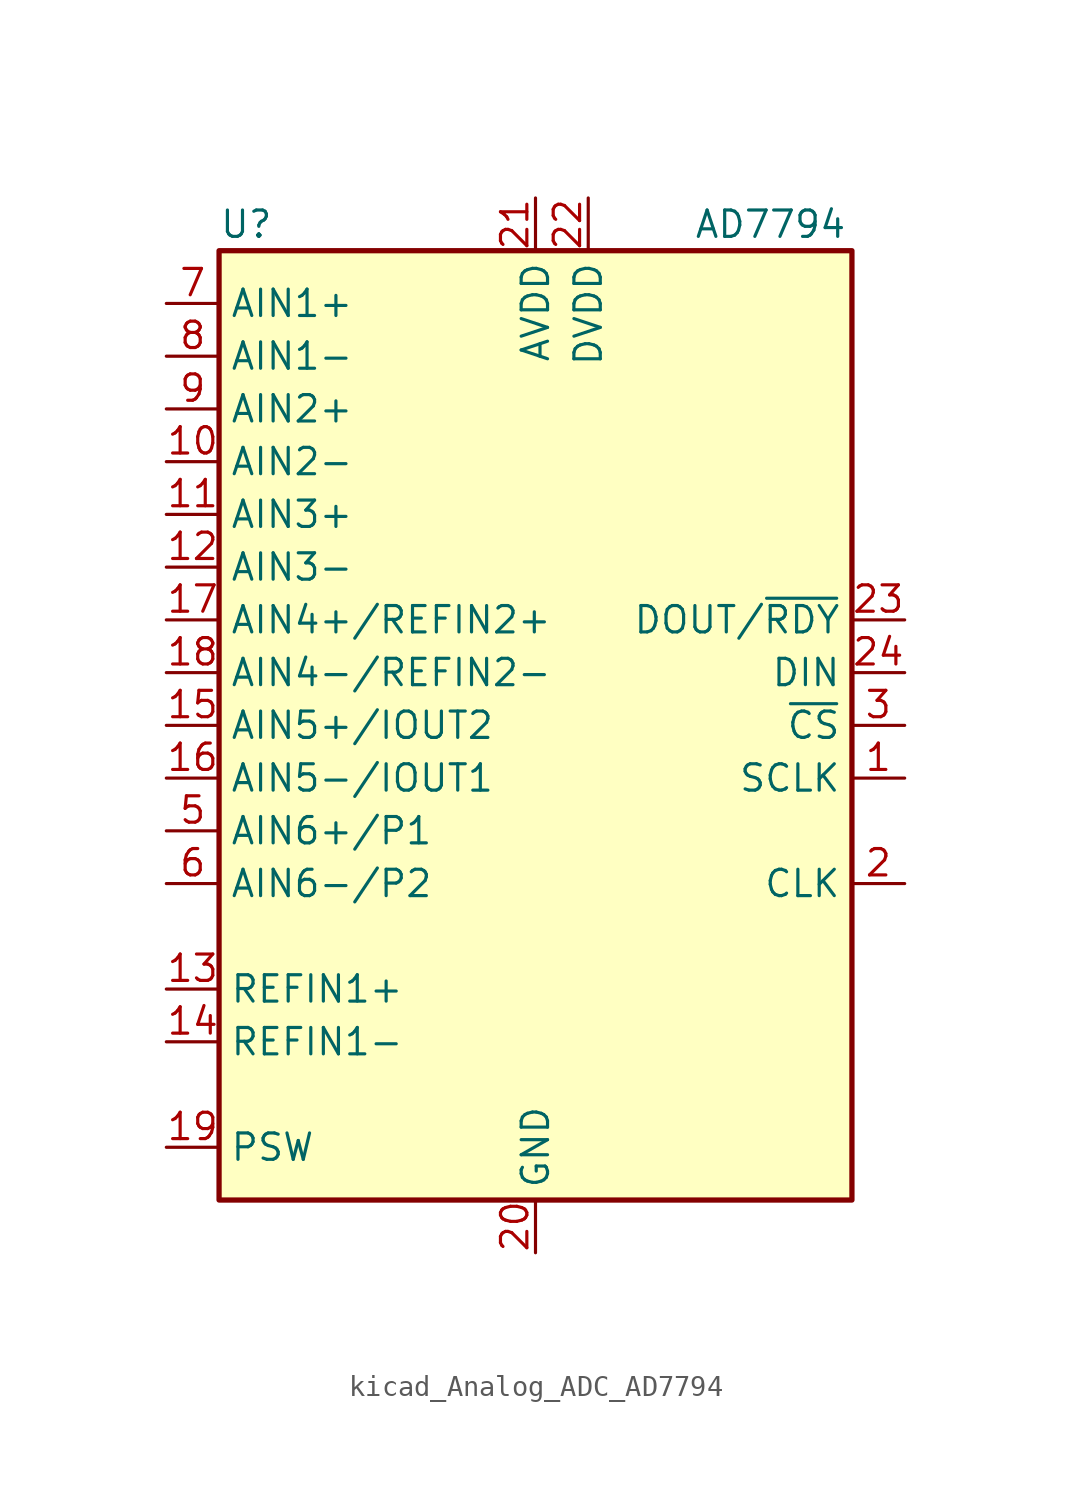
<source format=kicad_sym>
(kicad_symbol_lib
  (version 20220914)
  (generator kicad_symbol_editor)
  (symbol "kicad_Analog_ADC_AD7794"
    (property "Reference" "U"
      (at -15.24 24.13 0)
      (effects (font (size 1.27 1.27)) (justify left)))
    (property "Value" "AD7794"
      (at 7.62 24.13 0)
      (effects (font (size 1.27 1.27)) (justify left)))
    (symbol "kicad_Analog_ADC_AD7794_0_1"
      (rectangle (start -15.24 22.86) (end 15.24 -22.86) (stroke (width 0.254) (type default)) (fill (type background))))
    (symbol "kicad_Analog_ADC_AD7794_1_1"
      (pin input line (at 17.78 -2.54 180) (length 2.54) (name "SCLK" (effects (font (size 1.27 1.27)))) (number "1" (effects (font (size 1.27 1.27)))))
      (pin input line (at -17.78 12.7 0) (length 2.54) (name "AIN2-" (effects (font (size 1.27 1.27)))) (number "10" (effects (font (size 1.27 1.27)))))
      (pin input line (at -17.78 10.16 0) (length 2.54) (name "AIN3+" (effects (font (size 1.27 1.27)))) (number "11" (effects (font (size 1.27 1.27)))))
      (pin input line (at -17.78 7.62 0) (length 2.54) (name "AIN3-" (effects (font (size 1.27 1.27)))) (number "12" (effects (font (size 1.27 1.27)))))
      (pin input line (at -17.78 -12.7 0) (length 2.54) (name "REFIN1+" (effects (font (size 1.27 1.27)))) (number "13" (effects (font (size 1.27 1.27)))))
      (pin input line (at -17.78 -15.24 0) (length 2.54) (name "REFIN1-" (effects (font (size 1.27 1.27)))) (number "14" (effects (font (size 1.27 1.27)))))
      (pin input line (at -17.78 0 0) (length 2.54) (name "AIN5+/IOUT2" (effects (font (size 1.27 1.27)))) (number "15" (effects (font (size 1.27 1.27)))))
      (pin input line (at -17.78 -2.54 0) (length 2.54) (name "AIN5-/IOUT1" (effects (font (size 1.27 1.27)))) (number "16" (effects (font (size 1.27 1.27)))))
      (pin input line (at -17.78 5.08 0) (length 2.54) (name "AIN4+/REFIN2+" (effects (font (size 1.27 1.27)))) (number "17" (effects (font (size 1.27 1.27)))))
      (pin input line (at -17.78 2.54 0) (length 2.54) (name "AIN4-/REFIN2-" (effects (font (size 1.27 1.27)))) (number "18" (effects (font (size 1.27 1.27)))))
      (pin passive line (at -17.78 -20.32 0) (length 2.54) (name "PSW" (effects (font (size 1.27 1.27)))) (number "19" (effects (font (size 1.27 1.27)))))
      (pin bidirectional line (at 17.78 -7.62 180) (length 2.54) (name "CLK" (effects (font (size 1.27 1.27)))) (number "2" (effects (font (size 1.27 1.27)))))
      (pin power_in line (at 0 -25.4 90) (length 2.54) (name "GND" (effects (font (size 1.27 1.27)))) (number "20" (effects (font (size 1.27 1.27)))))
      (pin power_in line (at 0 25.4 270) (length 2.54) (name "AVDD" (effects (font (size 1.27 1.27)))) (number "21" (effects (font (size 1.27 1.27)))))
      (pin power_in line (at 2.54 25.4 270) (length 2.54) (name "DVDD" (effects (font (size 1.27 1.27)))) (number "22" (effects (font (size 1.27 1.27)))))
      (pin output line (at 17.78 5.08 180) (length 2.54) (name "DOUT/~{RDY}" (effects (font (size 1.27 1.27)))) (number "23" (effects (font (size 1.27 1.27)))))
      (pin input line (at 17.78 2.54 180) (length 2.54) (name "DIN" (effects (font (size 1.27 1.27)))) (number "24" (effects (font (size 1.27 1.27)))))
      (pin input line (at 17.78 0 180) (length 2.54) (name "~{CS}" (effects (font (size 1.27 1.27)))) (number "3" (effects (font (size 1.27 1.27)))))
      (pin no_connect line (at 15.24 -20.32 180) (length 2.54) hide (name "NC" (effects (font (size 1.27 1.27)))) (number "4" (effects (font (size 1.27 1.27)))))
      (pin input line (at -17.78 -5.08 0) (length 2.54) (name "AIN6+/P1" (effects (font (size 1.27 1.27)))) (number "5" (effects (font (size 1.27 1.27)))))
      (pin input line (at -17.78 -7.62 0) (length 2.54) (name "AIN6-/P2" (effects (font (size 1.27 1.27)))) (number "6" (effects (font (size 1.27 1.27)))))
      (pin input line (at -17.78 20.32 0) (length 2.54) (name "AIN1+" (effects (font (size 1.27 1.27)))) (number "7" (effects (font (size 1.27 1.27)))))
      (pin input line (at -17.78 17.78 0) (length 2.54) (name "AIN1-" (effects (font (size 1.27 1.27)))) (number "8" (effects (font (size 1.27 1.27)))))
      (pin input line (at -17.78 15.24 0) (length 2.54) (name "AIN2+" (effects (font (size 1.27 1.27)))) (number "9" (effects (font (size 1.27 1.27))))))))
</source>
